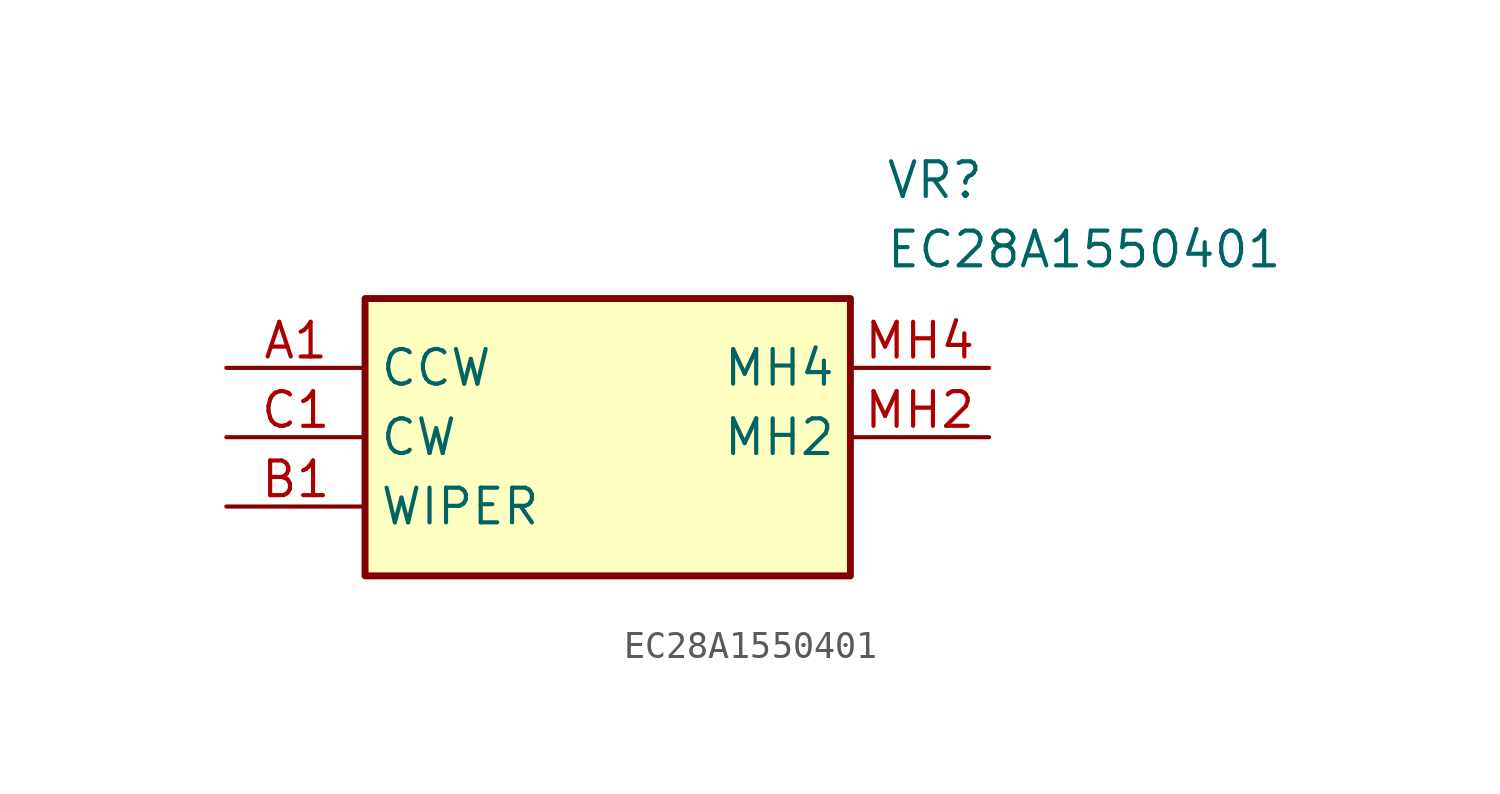
<source format=kicad_sym>
(kicad_symbol_lib
  (version 20211014)
  (generator SamacSys_ECAD_Model)
  (symbol "EC28A1550401"
    (property "Reference" "VR"
      (at 24.13 7.62 0)
      (effects (font (size 1.27 1.27)) (justify left top)))
    (property "Value" "EC28A1550401"
      (at 24.13 5.08 0)
      (effects (font (size 1.27 1.27)) (justify left top)))
    (rectangle
      (start 5.08 2.54)
      (end 22.86 -7.62)
      (stroke (width 0.254) (type default))
      (fill (type background)))
    (pin passive line
      (at 0 0 0)
      (length 5.08)
      (name "CCW" (effects (font (size 1.27 1.27))))
      (number "A1" (effects (font (size 1.27 1.27)))))
    (pin passive line
      (at 0 -5.08 0)
      (length 5.08)
      (name "WIPER" (effects (font (size 1.27 1.27))))
      (number "B1" (effects (font (size 1.27 1.27)))))
    (pin passive line
      (at 0 -2.54 0)
      (length 5.08)
      (name "CW" (effects (font (size 1.27 1.27))))
      (number "C1" (effects (font (size 1.27 1.27)))))
    (pin passive line
      (at 27.94 -2.54 180)
      (length 5.08)
      (name "MH2" (effects (font (size 1.27 1.27))))
      (number "MH2" (effects (font (size 1.27 1.27)))))
    (pin passive line
      (at 27.94 0 180)
      (length 5.08)
      (name "MH4" (effects (font (size 1.27 1.27))))
      (number "MH4" (effects (font (size 1.27 1.27)))))))
</source>
